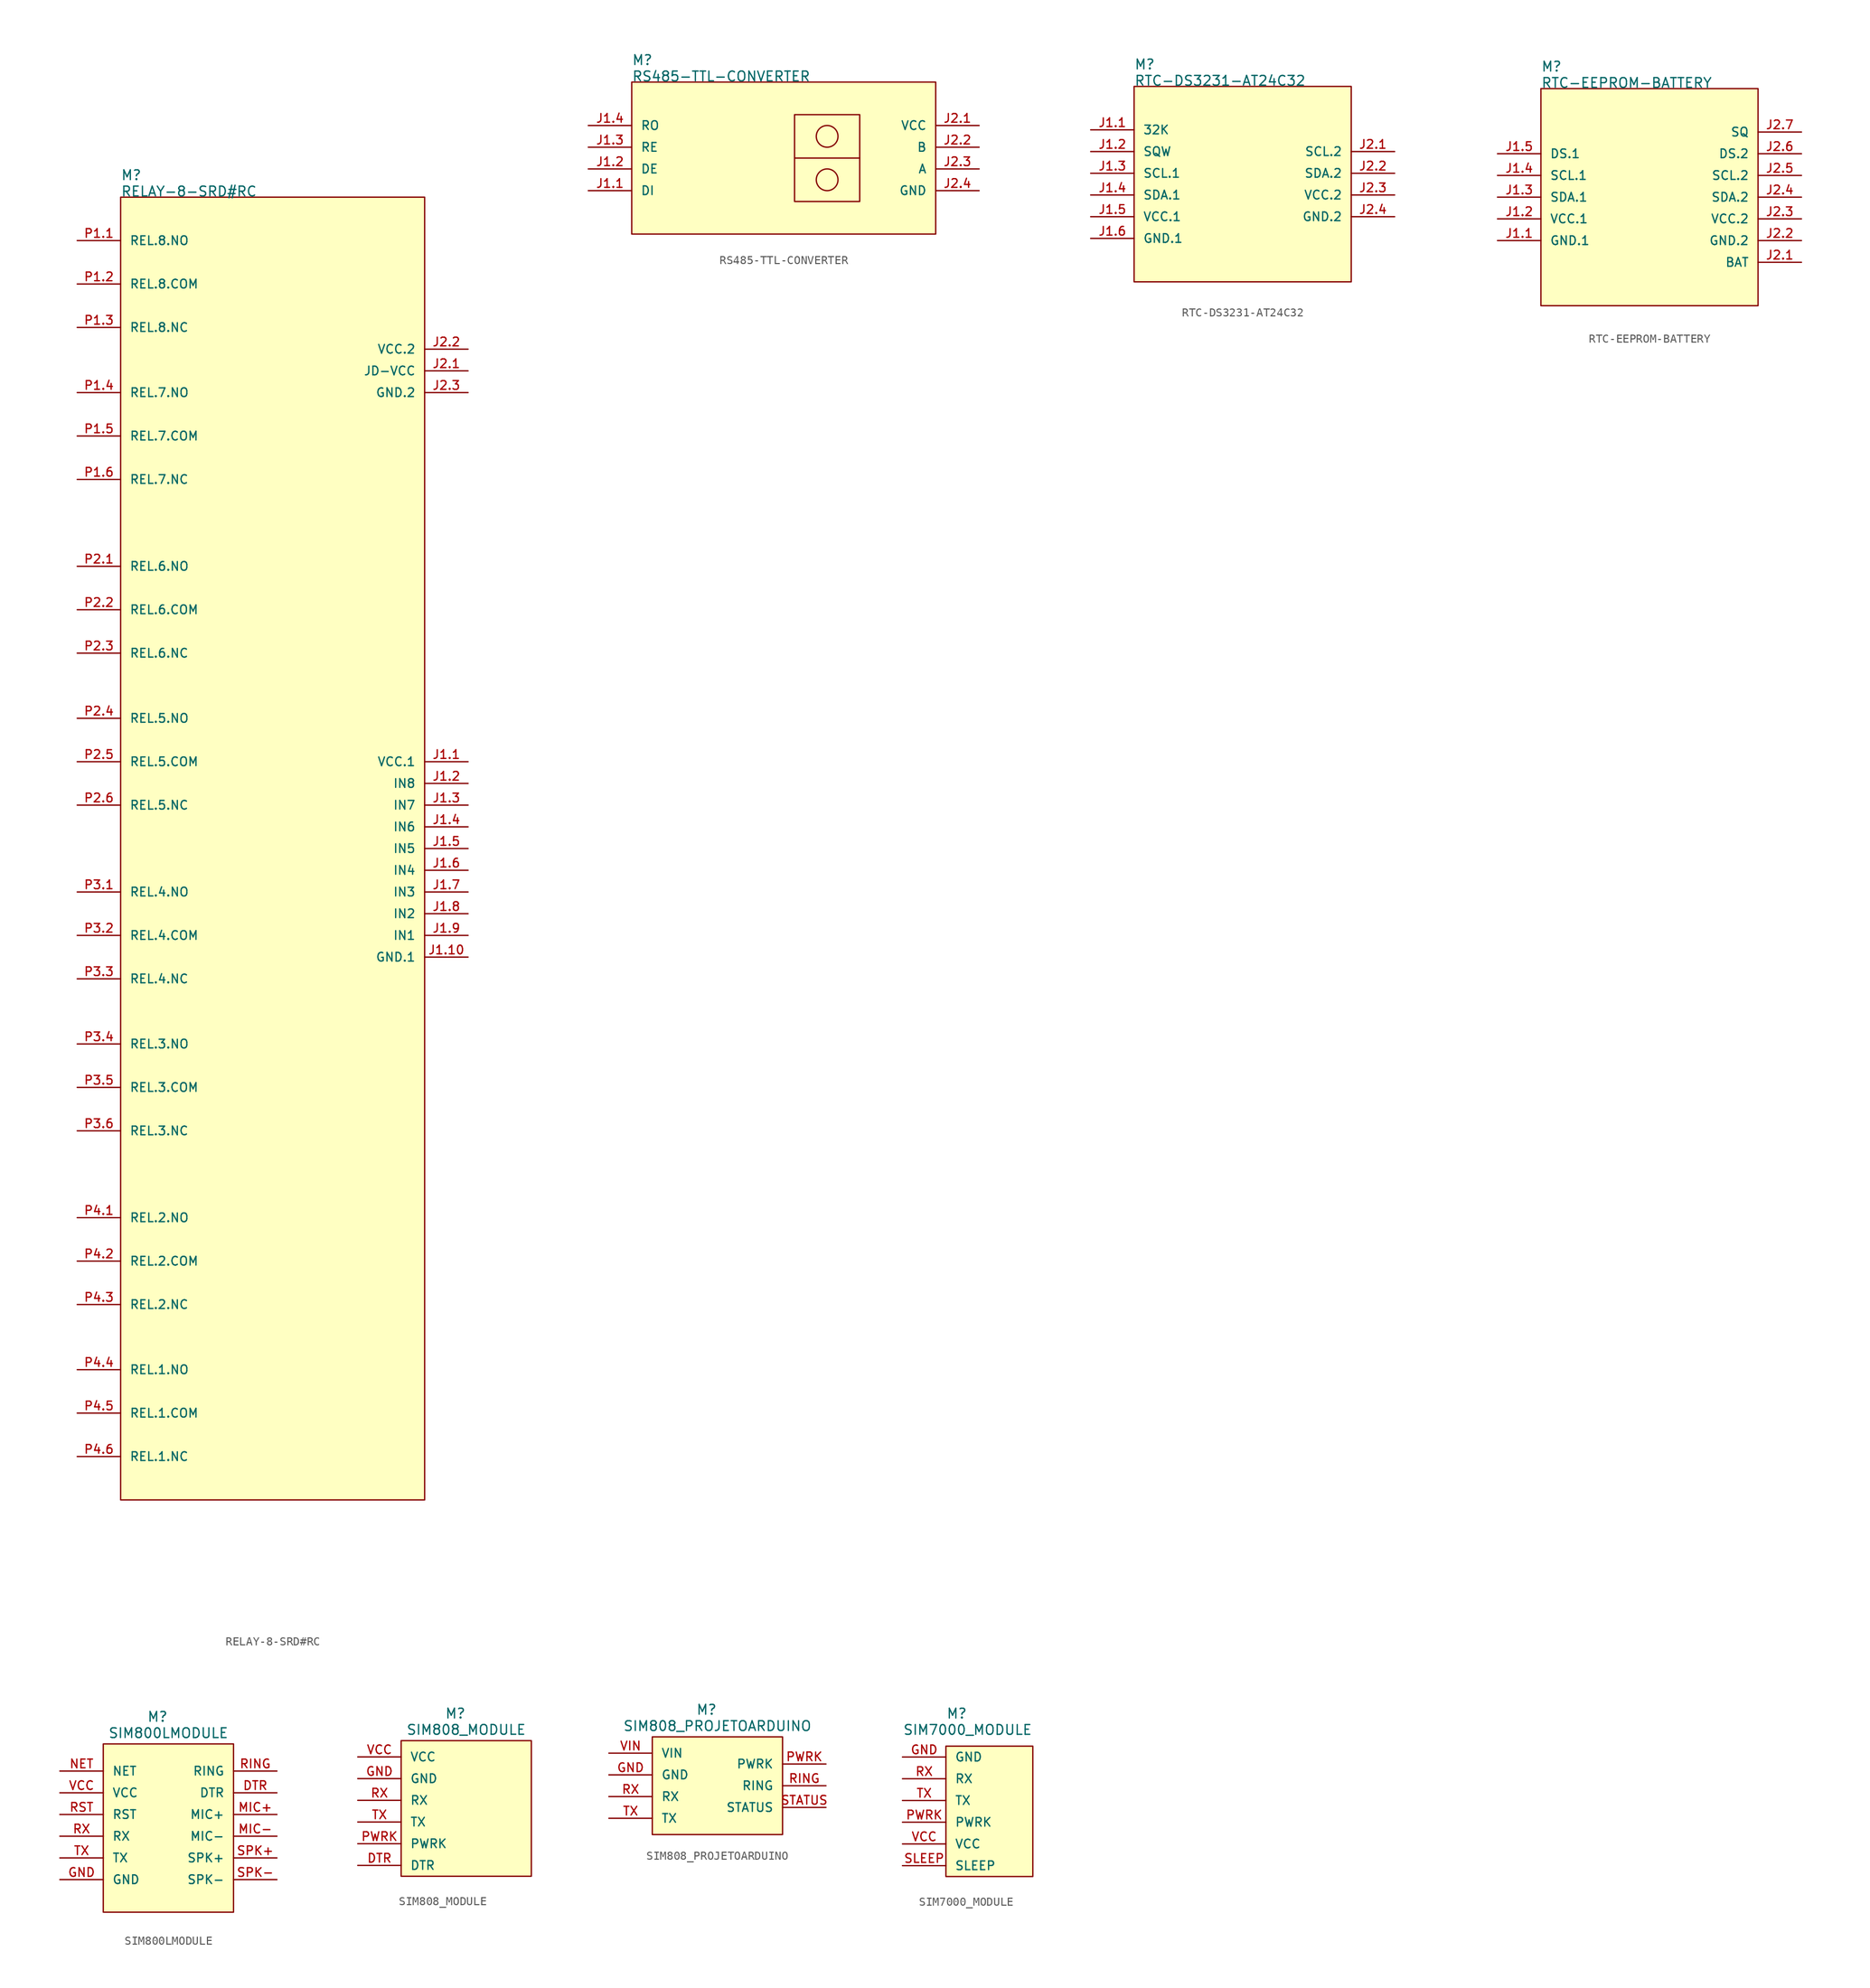
<source format=kicad_sym>
(kicad_symbol_lib
  (version 20231120)
  (generator "kicad_symbol_editor")
  (generator_version "8.0")
  (symbol "RELAY-8-SRD#RC"
    (pin_names
      (offset 1.016))
    (property "Reference" "M"
      (at -17.78 78.105 0)
      (effects (font (size 1.143 1.143)) (justify left bottom)))
    (property "Value" "RELAY-8-SRD#RC"
      (at -17.78 76.2 0)
      (effects (font (size 1.143 1.143)) (justify left bottom)))
    (property "ki_locked" ""
      (at 0 0 0)
      (effects (font (size 1.27 1.27))))
    (symbol "RELAY-8-SRD#RC_1_1"
      (rectangle (start -17.78 -76.2) (end 17.78 76.2) (stroke (width 0) (type default)) (fill (type background)))
      (pin power_in line (at 22.86 10.16 180) (length 5.08) (name "VCC.1" (effects (font (size 1.016 1.016)))) (number "J1.1" (effects (font (size 1.016 1.016)))))
      (pin power_in line (at 22.86 -12.7 180) (length 5.08) (name "GND.1" (effects (font (size 1.016 1.016)))) (number "J1.10" (effects (font (size 1.016 1.016)))))
      (pin bidirectional line (at 22.86 7.62 180) (length 5.08) (name "IN8" (effects (font (size 1.016 1.016)))) (number "J1.2" (effects (font (size 1.016 1.016)))))
      (pin bidirectional line (at 22.86 5.08 180) (length 5.08) (name "IN7" (effects (font (size 1.016 1.016)))) (number "J1.3" (effects (font (size 1.016 1.016)))))
      (pin bidirectional line (at 22.86 2.54 180) (length 5.08) (name "IN6" (effects (font (size 1.016 1.016)))) (number "J1.4" (effects (font (size 1.016 1.016)))))
      (pin bidirectional line (at 22.86 0 180) (length 5.08) (name "IN5" (effects (font (size 1.016 1.016)))) (number "J1.5" (effects (font (size 1.016 1.016)))))
      (pin bidirectional line (at 22.86 -2.54 180) (length 5.08) (name "IN4" (effects (font (size 1.016 1.016)))) (number "J1.6" (effects (font (size 1.016 1.016)))))
      (pin bidirectional line (at 22.86 -5.08 180) (length 5.08) (name "IN3" (effects (font (size 1.016 1.016)))) (number "J1.7" (effects (font (size 1.016 1.016)))))
      (pin bidirectional line (at 22.86 -7.62 180) (length 5.08) (name "IN2" (effects (font (size 1.016 1.016)))) (number "J1.8" (effects (font (size 1.016 1.016)))))
      (pin bidirectional line (at 22.86 -10.16 180) (length 5.08) (name "IN1" (effects (font (size 1.016 1.016)))) (number "J1.9" (effects (font (size 1.016 1.016)))))
      (pin bidirectional line (at 22.86 55.88 180) (length 5.08) (name "JD-VCC" (effects (font (size 1.016 1.016)))) (number "J2.1" (effects (font (size 1.016 1.016)))))
      (pin power_in line (at 22.86 58.42 180) (length 5.08) (name "VCC.2" (effects (font (size 1.016 1.016)))) (number "J2.2" (effects (font (size 1.016 1.016)))))
      (pin power_in line (at 22.86 53.34 180) (length 5.08) (name "GND.2" (effects (font (size 1.016 1.016)))) (number "J2.3" (effects (font (size 1.016 1.016)))))
      (pin bidirectional line (at -22.86 71.12 0) (length 5.08) (name "REL.8.NO" (effects (font (size 1.016 1.016)))) (number "P1.1" (effects (font (size 1.016 1.016)))))
      (pin bidirectional line (at -22.86 66.04 0) (length 5.08) (name "REL.8.COM" (effects (font (size 1.016 1.016)))) (number "P1.2" (effects (font (size 1.016 1.016)))))
      (pin bidirectional line (at -22.86 60.96 0) (length 5.08) (name "REL.8.NC" (effects (font (size 1.016 1.016)))) (number "P1.3" (effects (font (size 1.016 1.016)))))
      (pin bidirectional line (at -22.86 53.34 0) (length 5.08) (name "REL.7.NO" (effects (font (size 1.016 1.016)))) (number "P1.4" (effects (font (size 1.016 1.016)))))
      (pin bidirectional line (at -22.86 48.26 0) (length 5.08) (name "REL.7.COM" (effects (font (size 1.016 1.016)))) (number "P1.5" (effects (font (size 1.016 1.016)))))
      (pin bidirectional line (at -22.86 43.18 0) (length 5.08) (name "REL.7.NC" (effects (font (size 1.016 1.016)))) (number "P1.6" (effects (font (size 1.016 1.016)))))
      (pin bidirectional line (at -22.86 33.02 0) (length 5.08) (name "REL.6.NO" (effects (font (size 1.016 1.016)))) (number "P2.1" (effects (font (size 1.016 1.016)))))
      (pin bidirectional line (at -22.86 27.94 0) (length 5.08) (name "REL.6.COM" (effects (font (size 1.016 1.016)))) (number "P2.2" (effects (font (size 1.016 1.016)))))
      (pin bidirectional line (at -22.86 22.86 0) (length 5.08) (name "REL.6.NC" (effects (font (size 1.016 1.016)))) (number "P2.3" (effects (font (size 1.016 1.016)))))
      (pin bidirectional line (at -22.86 15.24 0) (length 5.08) (name "REL.5.NO" (effects (font (size 1.016 1.016)))) (number "P2.4" (effects (font (size 1.016 1.016)))))
      (pin bidirectional line (at -22.86 10.16 0) (length 5.08) (name "REL.5.COM" (effects (font (size 1.016 1.016)))) (number "P2.5" (effects (font (size 1.016 1.016)))))
      (pin bidirectional line (at -22.86 5.08 0) (length 5.08) (name "REL.5.NC" (effects (font (size 1.016 1.016)))) (number "P2.6" (effects (font (size 1.016 1.016)))))
      (pin bidirectional line (at -22.86 -5.08 0) (length 5.08) (name "REL.4.NO" (effects (font (size 1.016 1.016)))) (number "P3.1" (effects (font (size 1.016 1.016)))))
      (pin bidirectional line (at -22.86 -10.16 0) (length 5.08) (name "REL.4.COM" (effects (font (size 1.016 1.016)))) (number "P3.2" (effects (font (size 1.016 1.016)))))
      (pin bidirectional line (at -22.86 -15.24 0) (length 5.08) (name "REL.4.NC" (effects (font (size 1.016 1.016)))) (number "P3.3" (effects (font (size 1.016 1.016)))))
      (pin bidirectional line (at -22.86 -22.86 0) (length 5.08) (name "REL.3.NO" (effects (font (size 1.016 1.016)))) (number "P3.4" (effects (font (size 1.016 1.016)))))
      (pin bidirectional line (at -22.86 -27.94 0) (length 5.08) (name "REL.3.COM" (effects (font (size 1.016 1.016)))) (number "P3.5" (effects (font (size 1.016 1.016)))))
      (pin bidirectional line (at -22.86 -33.02 0) (length 5.08) (name "REL.3.NC" (effects (font (size 1.016 1.016)))) (number "P3.6" (effects (font (size 1.016 1.016)))))
      (pin bidirectional line (at -22.86 -43.18 0) (length 5.08) (name "REL.2.NO" (effects (font (size 1.016 1.016)))) (number "P4.1" (effects (font (size 1.016 1.016)))))
      (pin bidirectional line (at -22.86 -48.26 0) (length 5.08) (name "REL.2.COM" (effects (font (size 1.016 1.016)))) (number "P4.2" (effects (font (size 1.016 1.016)))))
      (pin bidirectional line (at -22.86 -53.34 0) (length 5.08) (name "REL.2.NC" (effects (font (size 1.016 1.016)))) (number "P4.3" (effects (font (size 1.016 1.016)))))
      (pin bidirectional line (at -22.86 -60.96 0) (length 5.08) (name "REL.1.NO" (effects (font (size 1.016 1.016)))) (number "P4.4" (effects (font (size 1.016 1.016)))))
      (pin bidirectional line (at -22.86 -66.04 0) (length 5.08) (name "REL.1.COM" (effects (font (size 1.016 1.016)))) (number "P4.5" (effects (font (size 1.016 1.016)))))
      (pin bidirectional line (at -22.86 -71.12 0) (length 5.08) (name "REL.1.NC" (effects (font (size 1.016 1.016)))) (number "P4.6" (effects (font (size 1.016 1.016)))))))
  (symbol "RS485-TTL-CONVERTER"
    (pin_names
      (offset 1.016))
    (property "Reference" "M"
      (at -17.78 9.525 0)
      (effects (font (size 1.143 1.143)) (justify left bottom)))
    (property "Value" "RS485-TTL-CONVERTER"
      (at -17.78 7.62 0)
      (effects (font (size 1.143 1.143)) (justify left bottom)))
    (property "ki_locked" ""
      (at 0 0 0)
      (effects (font (size 1.27 1.27))))
    (symbol "RS485-TTL-CONVERTER_1_0"
      (polyline (pts (xy 1.27 -1.27) (xy 8.89 -1.27)) (stroke (width 0) (type default)) (fill (type none))))
    (symbol "RS485-TTL-CONVERTER_1_1"
      (rectangle (start -17.78 7.62) (end 17.78 -10.16) (stroke (width 0) (type default)) (fill (type background)))
      (rectangle (start 1.27 3.81) (end 8.89 -6.35) (stroke (width 0) (type default)) (fill (type none)))
      (circle (center 5.08 -3.81) (radius 1.27) (stroke (width 0) (type default)) (fill (type none)))
      (circle (center 5.08 1.27) (radius 1.27) (stroke (width 0) (type default)) (fill (type none)))
      (pin passive line (at -22.86 -5.08 0) (length 5.08) (name "DI" (effects (font (size 1.016 1.016)))) (number "J1.1" (effects (font (size 1.016 1.016)))))
      (pin passive line (at -22.86 -2.54 0) (length 5.08) (name "DE" (effects (font (size 1.016 1.016)))) (number "J1.2" (effects (font (size 1.016 1.016)))))
      (pin passive line (at -22.86 0 0) (length 5.08) (name "RE" (effects (font (size 1.016 1.016)))) (number "J1.3" (effects (font (size 1.016 1.016)))))
      (pin passive line (at -22.86 2.54 0) (length 5.08) (name "RO" (effects (font (size 1.016 1.016)))) (number "J1.4" (effects (font (size 1.016 1.016)))))
      (pin power_in line (at 22.86 2.54 180) (length 5.08) (name "VCC" (effects (font (size 1.016 1.016)))) (number "J2.1" (effects (font (size 1.016 1.016)))))
      (pin passive line (at 22.86 0 180) (length 5.08) (name "B" (effects (font (size 1.016 1.016)))) (number "J2.2" (effects (font (size 1.016 1.016)))))
      (pin passive line (at 22.86 -2.54 180) (length 5.08) (name "A" (effects (font (size 1.016 1.016)))) (number "J2.3" (effects (font (size 1.016 1.016)))))
      (pin power_in line (at 22.86 -5.08 180) (length 5.08) (name "GND" (effects (font (size 1.016 1.016)))) (number "J2.4" (effects (font (size 1.016 1.016)))))))
  (symbol "RTC-DS3231-AT24C32"
    (pin_names
      (offset 1.016))
    (property "Reference" "M"
      (at -12.7 12.065 0)
      (effects (font (size 1.143 1.143)) (justify left bottom)))
    (property "Value" "RTC-DS3231-AT24C32"
      (at -12.7 10.16 0)
      (effects (font (size 1.143 1.143)) (justify left bottom)))
    (property "ki_locked" ""
      (at 0 0 0)
      (effects (font (size 1.27 1.27))))
    (symbol "RTC-DS3231-AT24C32_1_1"
      (rectangle (start -12.7 10.16) (end 12.7 -12.7) (stroke (width 0) (type default)) (fill (type background)))
      (pin bidirectional line (at -17.78 5.08 0) (length 5.08) (name "32K" (effects (font (size 1.016 1.016)))) (number "J1.1" (effects (font (size 1.016 1.016)))))
      (pin bidirectional line (at -17.78 2.54 0) (length 5.08) (name "SQW" (effects (font (size 1.016 1.016)))) (number "J1.2" (effects (font (size 1.016 1.016)))))
      (pin bidirectional line (at -17.78 0 0) (length 5.08) (name "SCL.1" (effects (font (size 1.016 1.016)))) (number "J1.3" (effects (font (size 1.016 1.016)))))
      (pin bidirectional line (at -17.78 -2.54 0) (length 5.08) (name "SDA.1" (effects (font (size 1.016 1.016)))) (number "J1.4" (effects (font (size 1.016 1.016)))))
      (pin power_in line (at -17.78 -5.08 0) (length 5.08) (name "VCC.1" (effects (font (size 1.016 1.016)))) (number "J1.5" (effects (font (size 1.016 1.016)))))
      (pin power_in line (at -17.78 -7.62 0) (length 5.08) (name "GND.1" (effects (font (size 1.016 1.016)))) (number "J1.6" (effects (font (size 1.016 1.016)))))
      (pin bidirectional line (at 17.78 2.54 180) (length 5.08) (name "SCL.2" (effects (font (size 1.016 1.016)))) (number "J2.1" (effects (font (size 1.016 1.016)))))
      (pin bidirectional line (at 17.78 0 180) (length 5.08) (name "SDA.2" (effects (font (size 1.016 1.016)))) (number "J2.2" (effects (font (size 1.016 1.016)))))
      (pin power_in line (at 17.78 -2.54 180) (length 5.08) (name "VCC.2" (effects (font (size 1.016 1.016)))) (number "J2.3" (effects (font (size 1.016 1.016)))))
      (pin power_in line (at 17.78 -5.08 180) (length 5.08) (name "GND.2" (effects (font (size 1.016 1.016)))) (number "J2.4" (effects (font (size 1.016 1.016)))))))
  (symbol "RTC-EEPROM-BATTERY"
    (pin_names
      (offset 1.016))
    (property "Reference" "M"
      (at -12.7 14.605 0)
      (effects (font (size 1.143 1.143)) (justify left bottom)))
    (property "Value" "RTC-EEPROM-BATTERY"
      (at -12.7 12.7 0)
      (effects (font (size 1.143 1.143)) (justify left bottom)))
    (property "ki_locked" ""
      (at 0 0 0)
      (effects (font (size 1.27 1.27))))
    (symbol "RTC-EEPROM-BATTERY_1_1"
      (rectangle (start -12.7 -12.7) (end 12.7 12.7) (stroke (width 0) (type default)) (fill (type background)))
      (pin power_in line (at -17.78 -5.08 0) (length 5.08) (name "GND.1" (effects (font (size 1.016 1.016)))) (number "J1.1" (effects (font (size 1.016 1.016)))))
      (pin power_in line (at -17.78 -2.54 0) (length 5.08) (name "VCC.1" (effects (font (size 1.016 1.016)))) (number "J1.2" (effects (font (size 1.016 1.016)))))
      (pin bidirectional line (at -17.78 0 0) (length 5.08) (name "SDA.1" (effects (font (size 1.016 1.016)))) (number "J1.3" (effects (font (size 1.016 1.016)))))
      (pin bidirectional line (at -17.78 2.54 0) (length 5.08) (name "SCL.1" (effects (font (size 1.016 1.016)))) (number "J1.4" (effects (font (size 1.016 1.016)))))
      (pin bidirectional line (at -17.78 5.08 0) (length 5.08) (name "DS.1" (effects (font (size 1.016 1.016)))) (number "J1.5" (effects (font (size 1.016 1.016)))))
      (pin bidirectional line (at 17.78 -7.62 180) (length 5.08) (name "BAT" (effects (font (size 1.016 1.016)))) (number "J2.1" (effects (font (size 1.016 1.016)))))
      (pin power_in line (at 17.78 -5.08 180) (length 5.08) (name "GND.2" (effects (font (size 1.016 1.016)))) (number "J2.2" (effects (font (size 1.016 1.016)))))
      (pin power_in line (at 17.78 -2.54 180) (length 5.08) (name "VCC.2" (effects (font (size 1.016 1.016)))) (number "J2.3" (effects (font (size 1.016 1.016)))))
      (pin bidirectional line (at 17.78 0 180) (length 5.08) (name "SDA.2" (effects (font (size 1.016 1.016)))) (number "J2.4" (effects (font (size 1.016 1.016)))))
      (pin bidirectional line (at 17.78 2.54 180) (length 5.08) (name "SCL.2" (effects (font (size 1.016 1.016)))) (number "J2.5" (effects (font (size 1.016 1.016)))))
      (pin bidirectional line (at 17.78 5.08 180) (length 5.08) (name "DS.2" (effects (font (size 1.016 1.016)))) (number "J2.6" (effects (font (size 1.016 1.016)))))
      (pin bidirectional line (at 17.78 7.62 180) (length 5.08) (name "SQ" (effects (font (size 1.016 1.016)))) (number "J2.7" (effects (font (size 1.016 1.016)))))))
  (symbol "SIM800LMODULE"
    (pin_names
      (offset 1.016))
    (property "Reference" "M"
      (at -1.27 13.97 0)
      (effects (font (size 1.143 1.143))))
    (property "Value" "SIM800LMODULE"
      (at 0 12.065 0)
      (effects (font (size 1.143 1.143))))
    (property "ki_locked" ""
      (at 0 0 0)
      (effects (font (size 1.27 1.27))))
    (symbol "SIM800LMODULE_1_0"
      (rectangle (start -7.62 10.795) (end 7.62 -8.89) (stroke (width 0) (type default)) (fill (type background))))
    (symbol "SIM800LMODULE_1_1"
      (pin bidirectional line (at 12.7 5.08 180) (length 5.08) (name "DTR" (effects (font (size 1.016 1.016)))) (number "DTR" (effects (font (size 1.016 1.016)))))
      (pin bidirectional line (at -12.7 -5.08 0) (length 5.08) (name "GND" (effects (font (size 1.016 1.016)))) (number "GND" (effects (font (size 1.016 1.016)))))
      (pin bidirectional line (at 12.7 2.54 180) (length 5.08) (name "MIC+" (effects (font (size 1.016 1.016)))) (number "MIC+" (effects (font (size 1.016 1.016)))))
      (pin bidirectional line (at 12.7 0 180) (length 5.08) (name "MIC-" (effects (font (size 1.016 1.016)))) (number "MIC-" (effects (font (size 1.016 1.016)))))
      (pin bidirectional line (at -12.7 7.62 0) (length 5.08) (name "NET" (effects (font (size 1.016 1.016)))) (number "NET" (effects (font (size 1.016 1.016)))))
      (pin bidirectional line (at 12.7 7.62 180) (length 5.08) (name "RING" (effects (font (size 1.016 1.016)))) (number "RING" (effects (font (size 1.016 1.016)))))
      (pin bidirectional line (at -12.7 2.54 0) (length 5.08) (name "RST" (effects (font (size 1.016 1.016)))) (number "RST" (effects (font (size 1.016 1.016)))))
      (pin bidirectional line (at -12.7 0 0) (length 5.08) (name "RX" (effects (font (size 1.016 1.016)))) (number "RX" (effects (font (size 1.016 1.016)))))
      (pin bidirectional line (at 12.7 -2.54 180) (length 5.08) (name "SPK+" (effects (font (size 1.016 1.016)))) (number "SPK+" (effects (font (size 1.016 1.016)))))
      (pin bidirectional line (at 12.7 -5.08 180) (length 5.08) (name "SPK-" (effects (font (size 1.016 1.016)))) (number "SPK-" (effects (font (size 1.016 1.016)))))
      (pin bidirectional line (at -12.7 -2.54 0) (length 5.08) (name "TX" (effects (font (size 1.016 1.016)))) (number "TX" (effects (font (size 1.016 1.016)))))
      (pin bidirectional line (at -12.7 5.08 0) (length 5.08) (name "VCC" (effects (font (size 1.016 1.016)))) (number "VCC" (effects (font (size 1.016 1.016)))))))
  (symbol "SIM808_MODULE"
    (pin_names
      (offset 1.016))
    (property "Reference" "M"
      (at -1.27 10.16 0)
      (effects (font (size 1.143 1.143))))
    (property "Value" "SIM808_MODULE"
      (at 0 8.255 0)
      (effects (font (size 1.143 1.143))))
    (property "ki_locked" ""
      (at 0 0 0)
      (effects (font (size 1.27 1.27))))
    (symbol "SIM808_MODULE_1_0"
      (rectangle (start -7.62 6.985) (end 7.62 -8.89) (stroke (width 0) (type default)) (fill (type background))))
    (symbol "SIM808_MODULE_1_1"
      (pin bidirectional line (at -12.7 -7.62 0) (length 5.08) (name "DTR" (effects (font (size 1.016 1.016)))) (number "DTR" (effects (font (size 1.016 1.016)))))
      (pin bidirectional line (at -12.7 2.54 0) (length 5.08) (name "GND" (effects (font (size 1.016 1.016)))) (number "GND" (effects (font (size 1.016 1.016)))))
      (pin bidirectional line (at -12.7 -5.08 0) (length 5.08) (name "PWRK" (effects (font (size 1.016 1.016)))) (number "PWRK" (effects (font (size 1.016 1.016)))))
      (pin bidirectional line (at -12.7 0 0) (length 5.08) (name "RX" (effects (font (size 1.016 1.016)))) (number "RX" (effects (font (size 1.016 1.016)))))
      (pin bidirectional line (at -12.7 -2.54 0) (length 5.08) (name "TX" (effects (font (size 1.016 1.016)))) (number "TX" (effects (font (size 1.016 1.016)))))
      (pin bidirectional line (at -12.7 5.08 0) (length 5.08) (name "VCC" (effects (font (size 1.016 1.016)))) (number "VCC" (effects (font (size 1.016 1.016)))))))
  (symbol "SIM808_PROJETOARDUINO"
    (pin_names
      (offset 1.016))
    (property "Reference" "M"
      (at -1.27 10.16 0)
      (effects (font (size 1.143 1.143))))
    (property "Value" "SIM808_PROJETOARDUINO"
      (at 0 8.255 0)
      (effects (font (size 1.143 1.143))))
    (property "ki_locked" ""
      (at 0 0 0)
      (effects (font (size 1.27 1.27))))
    (symbol "SIM808_PROJETOARDUINO_1_0"
      (rectangle (start -7.62 6.985) (end 7.62 -4.445) (stroke (width 0) (type default)) (fill (type background))))
    (symbol "SIM808_PROJETOARDUINO_1_1"
      (pin power_in line (at -12.7 2.54 0) (length 5.08) (name "GND" (effects (font (size 1.016 1.016)))) (number "GND" (effects (font (size 1.016 1.016)))))
      (pin input line (at 12.7 3.81 180) (length 5.08) (name "PWRK" (effects (font (size 1.016 1.016)))) (number "PWRK" (effects (font (size 1.016 1.016)))))
      (pin output line (at 12.7 1.27 180) (length 5.08) (name "RING" (effects (font (size 1.016 1.016)))) (number "RING" (effects (font (size 1.016 1.016)))))
      (pin input line (at -12.7 0 0) (length 5.08) (name "RX" (effects (font (size 1.016 1.016)))) (number "RX" (effects (font (size 1.016 1.016)))))
      (pin output line (at 12.7 -1.27 180) (length 5.08) (name "STATUS" (effects (font (size 1.016 1.016)))) (number "STATUS" (effects (font (size 1.016 1.016)))))
      (pin output line (at -12.7 -2.54 0) (length 5.08) (name "TX" (effects (font (size 1.016 1.016)))) (number "TX" (effects (font (size 1.016 1.016)))))
      (pin power_in line (at -12.7 5.08 0) (length 5.08) (name "VIN" (effects (font (size 1.016 1.016)))) (number "VIN" (effects (font (size 1.016 1.016)))))))
  (symbol "SIM7000_MODULE"
    (pin_names
      (offset 1.016))
    (property "Reference" "M"
      (at -1.27 10.16 0)
      (effects (font (size 1.143 1.143))))
    (property "Value" "SIM7000_MODULE"
      (at 0 8.255 0)
      (effects (font (size 1.143 1.143))))
    (property "ki_locked" ""
      (at 0 0 0)
      (effects (font (size 1.27 1.27))))
    (symbol "SIM7000_MODULE_1_0"
      (rectangle (start -2.54 6.35) (end 7.62 -8.89) (stroke (width 0) (type default)) (fill (type background))))
    (symbol "SIM7000_MODULE_1_1"
      (pin bidirectional line (at -7.62 5.08 0) (length 5.08) (name "GND" (effects (font (size 1.016 1.016)))) (number "GND" (effects (font (size 1.016 1.016)))))
      (pin bidirectional line (at -7.62 -2.54 0) (length 5.08) (name "PWRK" (effects (font (size 1.016 1.016)))) (number "PWRK" (effects (font (size 1.016 1.016)))))
      (pin bidirectional line (at -7.62 2.54 0) (length 5.08) (name "RX" (effects (font (size 1.016 1.016)))) (number "RX" (effects (font (size 1.016 1.016)))))
      (pin bidirectional line (at -7.62 -7.62 0) (length 5.08) (name "SLEEP" (effects (font (size 1.016 1.016)))) (number "SLEEP" (effects (font (size 1.016 1.016)))))
      (pin bidirectional line (at -7.62 0 0) (length 5.08) (name "TX" (effects (font (size 1.016 1.016)))) (number "TX" (effects (font (size 1.016 1.016)))))
      (pin bidirectional line (at -7.62 -5.08 0) (length 5.08) (name "VCC" (effects (font (size 1.016 1.016)))) (number "VCC" (effects (font (size 1.016 1.016))))))))
</source>
